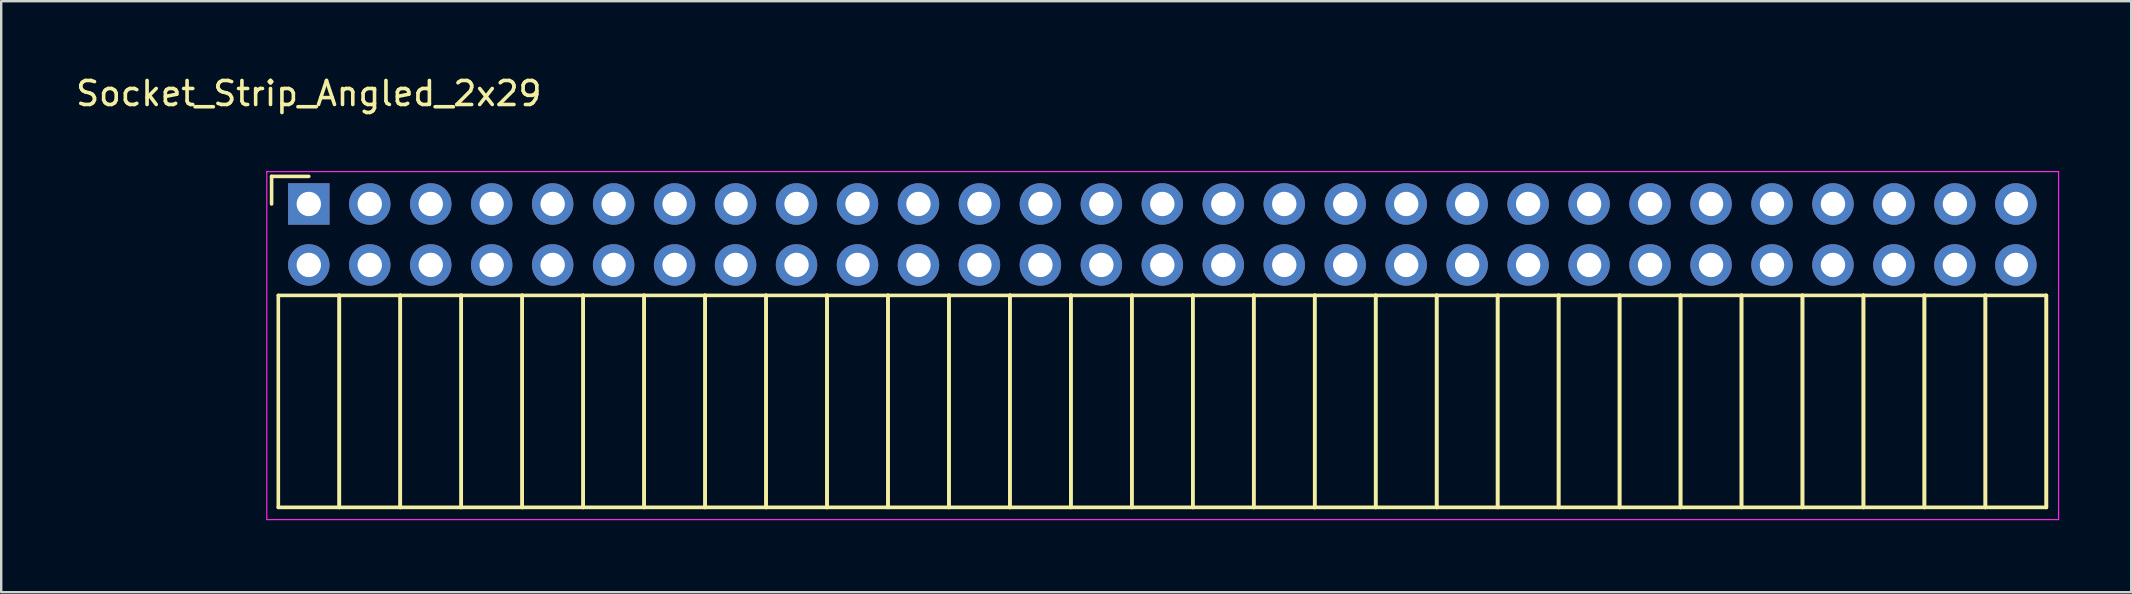
<source format=kicad_pcb>
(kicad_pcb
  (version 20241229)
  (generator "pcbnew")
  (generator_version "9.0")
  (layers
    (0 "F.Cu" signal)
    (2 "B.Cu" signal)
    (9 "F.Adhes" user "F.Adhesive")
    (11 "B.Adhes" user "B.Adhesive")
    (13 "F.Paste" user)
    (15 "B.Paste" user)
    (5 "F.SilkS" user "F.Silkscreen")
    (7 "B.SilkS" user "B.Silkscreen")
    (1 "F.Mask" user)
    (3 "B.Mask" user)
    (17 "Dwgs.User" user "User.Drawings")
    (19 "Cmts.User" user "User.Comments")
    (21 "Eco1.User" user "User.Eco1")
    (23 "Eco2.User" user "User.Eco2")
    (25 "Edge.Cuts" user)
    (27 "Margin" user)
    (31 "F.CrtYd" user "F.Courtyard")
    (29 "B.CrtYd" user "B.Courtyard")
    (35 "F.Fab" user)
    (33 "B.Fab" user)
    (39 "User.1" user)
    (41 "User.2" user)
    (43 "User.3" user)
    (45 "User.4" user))
  (footprint "Socket_Strip_Angled_2x29"
    (layer "F.Cu")
    (at 9.815 5.448)
    (property "Reference" "Socket_Strip_Angled_2x29" (at 0 -4.6 0) (layer "F.SilkS") (effects (font (size 1 1) (thickness 0.15))))
    (attr through_hole)
    (fp_line (start -1.55 -1.15) (end -1.55 0) (stroke (width 0.15) (type solid)) (layer "F.SilkS"))
    (fp_line (start -1.27 3.81) (end -1.27 12.64) (stroke (width 0.15) (type solid)) (layer "F.SilkS"))
    (fp_line (start -1.27 3.81) (end 1.27 3.81) (stroke (width 0.15) (type solid)) (layer "F.SilkS"))
    (fp_line (start -1.27 12.64) (end 1.27 12.64) (stroke (width 0.15) (type solid)) (layer "F.SilkS"))
    (fp_line (start 0 -1.15) (end -1.55 -1.15) (stroke (width 0.15) (type solid)) (layer "F.SilkS"))
    (fp_line (start 1.27 3.81) (end 1.27 12.64) (stroke (width 0.15) (type solid)) (layer "F.SilkS"))
    (fp_line (start 1.27 3.81) (end 3.81 3.81) (stroke (width 0.15) (type solid)) (layer "F.SilkS"))
    (fp_line (start 1.27 12.64) (end 1.27 3.81) (stroke (width 0.15) (type solid)) (layer "F.SilkS"))
    (fp_line (start 1.27 12.64) (end 3.81 12.64) (stroke (width 0.15) (type solid)) (layer "F.SilkS"))
    (fp_line (start 3.81 3.81) (end 3.81 12.64) (stroke (width 0.15) (type solid)) (layer "F.SilkS"))
    (fp_line (start 3.81 3.81) (end 6.35 3.81) (stroke (width 0.15) (type solid)) (layer "F.SilkS"))
    (fp_line (start 3.81 12.64) (end 3.81 3.81) (stroke (width 0.15) (type solid)) (layer "F.SilkS"))
    (fp_line (start 3.81 12.64) (end 6.35 12.64) (stroke (width 0.15) (type solid)) (layer "F.SilkS"))
    (fp_line (start 6.35 3.81) (end 6.35 12.64) (stroke (width 0.15) (type solid)) (layer "F.SilkS"))
    (fp_line (start 6.35 3.81) (end 8.89 3.81) (stroke (width 0.15) (type solid)) (layer "F.SilkS"))
    (fp_line (start 6.35 12.64) (end 6.35 3.81) (stroke (width 0.15) (type solid)) (layer "F.SilkS"))
    (fp_line (start 6.35 12.64) (end 8.89 12.64) (stroke (width 0.15) (type solid)) (layer "F.SilkS"))
    (fp_line (start 8.89 3.81) (end 8.89 12.64) (stroke (width 0.15) (type solid)) (layer "F.SilkS"))
    (fp_line (start 8.89 3.81) (end 11.43 3.81) (stroke (width 0.15) (type solid)) (layer "F.SilkS"))
    (fp_line (start 8.89 12.64) (end 8.89 3.81) (stroke (width 0.15) (type solid)) (layer "F.SilkS"))
    (fp_line (start 8.89 12.64) (end 11.43 12.64) (stroke (width 0.15) (type solid)) (layer "F.SilkS"))
    (fp_line (start 11.43 3.81) (end 11.43 12.64) (stroke (width 0.15) (type solid)) (layer "F.SilkS"))
    (fp_line (start 11.43 3.81) (end 13.97 3.81) (stroke (width 0.15) (type solid)) (layer "F.SilkS"))
    (fp_line (start 11.43 12.64) (end 11.43 3.81) (stroke (width 0.15) (type solid)) (layer "F.SilkS"))
    (fp_line (start 11.43 12.64) (end 13.97 12.64) (stroke (width 0.15) (type solid)) (layer "F.SilkS"))
    (fp_line (start 13.97 3.81) (end 13.97 12.64) (stroke (width 0.15) (type solid)) (layer "F.SilkS"))
    (fp_line (start 13.97 3.81) (end 16.51 3.81) (stroke (width 0.15) (type solid)) (layer "F.SilkS"))
    (fp_line (start 13.97 12.64) (end 13.97 3.81) (stroke (width 0.15) (type solid)) (layer "F.SilkS"))
    (fp_line (start 13.97 12.64) (end 16.51 12.64) (stroke (width 0.15) (type solid)) (layer "F.SilkS"))
    (fp_line (start 16.51 3.81) (end 16.51 12.64) (stroke (width 0.15) (type solid)) (layer "F.SilkS"))
    (fp_line (start 16.51 3.81) (end 19.05 3.81) (stroke (width 0.15) (type solid)) (layer "F.SilkS"))
    (fp_line (start 16.51 12.64) (end 16.51 3.81) (stroke (width 0.15) (type solid)) (layer "F.SilkS"))
    (fp_line (start 16.51 12.64) (end 19.05 12.64) (stroke (width 0.15) (type solid)) (layer "F.SilkS"))
    (fp_line (start 19.05 3.81) (end 19.05 12.64) (stroke (width 0.15) (type solid)) (layer "F.SilkS"))
    (fp_line (start 19.05 3.81) (end 21.59 3.81) (stroke (width 0.15) (type solid)) (layer "F.SilkS"))
    (fp_line (start 19.05 12.64) (end 19.05 3.81) (stroke (width 0.15) (type solid)) (layer "F.SilkS"))
    (fp_line (start 19.05 12.64) (end 21.59 12.64) (stroke (width 0.15) (type solid)) (layer "F.SilkS"))
    (fp_line (start 21.59 3.81) (end 21.59 12.64) (stroke (width 0.15) (type solid)) (layer "F.SilkS"))
    (fp_line (start 21.59 3.81) (end 24.13 3.81) (stroke (width 0.15) (type solid)) (layer "F.SilkS"))
    (fp_line (start 21.59 12.64) (end 21.59 3.81) (stroke (width 0.15) (type solid)) (layer "F.SilkS"))
    (fp_line (start 21.59 12.64) (end 24.13 12.64) (stroke (width 0.15) (type solid)) (layer "F.SilkS"))
    (fp_line (start 24.13 3.81) (end 24.13 12.64) (stroke (width 0.15) (type solid)) (layer "F.SilkS"))
    (fp_line (start 24.13 3.81) (end 26.67 3.81) (stroke (width 0.15) (type solid)) (layer "F.SilkS"))
    (fp_line (start 24.13 12.64) (end 24.13 3.81) (stroke (width 0.15) (type solid)) (layer "F.SilkS"))
    (fp_line (start 24.13 12.64) (end 26.67 12.64) (stroke (width 0.15) (type solid)) (layer "F.SilkS"))
    (fp_line (start 26.67 3.81) (end 26.67 12.64) (stroke (width 0.15) (type solid)) (layer "F.SilkS"))
    (fp_line (start 26.67 3.81) (end 29.21 3.81) (stroke (width 0.15) (type solid)) (layer "F.SilkS"))
    (fp_line (start 26.67 12.64) (end 26.67 3.81) (stroke (width 0.15) (type solid)) (layer "F.SilkS"))
    (fp_line (start 26.67 12.64) (end 29.21 12.64) (stroke (width 0.15) (type solid)) (layer "F.SilkS"))
    (fp_line (start 29.21 3.81) (end 29.21 12.64) (stroke (width 0.15) (type solid)) (layer "F.SilkS"))
    (fp_line (start 29.21 3.81) (end 31.75 3.81) (stroke (width 0.15) (type solid)) (layer "F.SilkS"))
    (fp_line (start 29.21 12.64) (end 29.21 3.81) (stroke (width 0.15) (type solid)) (layer "F.SilkS"))
    (fp_line (start 29.21 12.64) (end 31.75 12.64) (stroke (width 0.15) (type solid)) (layer "F.SilkS"))
    (fp_line (start 31.75 3.81) (end 31.75 12.64) (stroke (width 0.15) (type solid)) (layer "F.SilkS"))
    (fp_line (start 31.75 3.81) (end 34.29 3.81) (stroke (width 0.15) (type solid)) (layer "F.SilkS"))
    (fp_line (start 31.75 12.64) (end 31.75 3.81) (stroke (width 0.15) (type solid)) (layer "F.SilkS"))
    (fp_line (start 31.75 12.64) (end 34.29 12.64) (stroke (width 0.15) (type solid)) (layer "F.SilkS"))
    (fp_line (start 34.29 3.81) (end 34.29 12.64) (stroke (width 0.15) (type solid)) (layer "F.SilkS"))
    (fp_line (start 34.29 3.81) (end 36.83 3.81) (stroke (width 0.15) (type solid)) (layer "F.SilkS"))
    (fp_line (start 34.29 12.64) (end 34.29 3.81) (stroke (width 0.15) (type solid)) (layer "F.SilkS"))
    (fp_line (start 34.29 12.64) (end 36.83 12.64) (stroke (width 0.15) (type solid)) (layer "F.SilkS"))
    (fp_line (start 36.83 3.81) (end 36.83 12.64) (stroke (width 0.15) (type solid)) (layer "F.SilkS"))
    (fp_line (start 36.83 3.81) (end 39.37 3.81) (stroke (width 0.15) (type solid)) (layer "F.SilkS"))
    (fp_line (start 36.83 12.64) (end 36.83 3.81) (stroke (width 0.15) (type solid)) (layer "F.SilkS"))
    (fp_line (start 36.83 12.64) (end 39.37 12.64) (stroke (width 0.15) (type solid)) (layer "F.SilkS"))
    (fp_line (start 39.37 3.81) (end 39.37 12.64) (stroke (width 0.15) (type solid)) (layer "F.SilkS"))
    (fp_line (start 39.37 3.81) (end 41.91 3.81) (stroke (width 0.15) (type solid)) (layer "F.SilkS"))
    (fp_line (start 39.37 12.64) (end 39.37 3.81) (stroke (width 0.15) (type solid)) (layer "F.SilkS"))
    (fp_line (start 39.37 12.64) (end 41.91 12.64) (stroke (width 0.15) (type solid)) (layer "F.SilkS"))
    (fp_line (start 41.91 3.81) (end 41.91 12.64) (stroke (width 0.15) (type solid)) (layer "F.SilkS"))
    (fp_line (start 41.91 3.81) (end 44.45 3.81) (stroke (width 0.15) (type solid)) (layer "F.SilkS"))
    (fp_line (start 41.91 12.64) (end 41.91 3.81) (stroke (width 0.15) (type solid)) (layer "F.SilkS"))
    (fp_line (start 41.91 12.64) (end 44.45 12.64) (stroke (width 0.15) (type solid)) (layer "F.SilkS"))
    (fp_line (start 44.45 3.81) (end 44.45 12.64) (stroke (width 0.15) (type solid)) (layer "F.SilkS"))
    (fp_line (start 44.45 3.81) (end 46.99 3.81) (stroke (width 0.15) (type solid)) (layer "F.SilkS"))
    (fp_line (start 44.45 12.64) (end 44.45 3.81) (stroke (width 0.15) (type solid)) (layer "F.SilkS"))
    (fp_line (start 44.45 12.64) (end 46.99 12.64) (stroke (width 0.15) (type solid)) (layer "F.SilkS"))
    (fp_line (start 46.99 3.81) (end 46.99 12.64) (stroke (width 0.15) (type solid)) (layer "F.SilkS"))
    (fp_line (start 46.99 3.81) (end 49.53 3.81) (stroke (width 0.15) (type solid)) (layer "F.SilkS"))
    (fp_line (start 46.99 12.64) (end 46.99 3.81) (stroke (width 0.15) (type solid)) (layer "F.SilkS"))
    (fp_line (start 46.99 12.64) (end 49.53 12.64) (stroke (width 0.15) (type solid)) (layer "F.SilkS"))
    (fp_line (start 49.53 3.81) (end 49.53 12.64) (stroke (width 0.15) (type solid)) (layer "F.SilkS"))
    (fp_line (start 49.53 3.81) (end 52.07 3.81) (stroke (width 0.15) (type solid)) (layer "F.SilkS"))
    (fp_line (start 49.53 12.64) (end 49.53 3.81) (stroke (width 0.15) (type solid)) (layer "F.SilkS"))
    (fp_line (start 49.53 12.64) (end 52.07 12.64) (stroke (width 0.15) (type solid)) (layer "F.SilkS"))
    (fp_line (start 52.07 3.81) (end 52.07 12.64) (stroke (width 0.15) (type solid)) (layer "F.SilkS"))
    (fp_line (start 52.07 3.81) (end 54.61 3.81) (stroke (width 0.15) (type solid)) (layer "F.SilkS"))
    (fp_line (start 52.07 12.64) (end 52.07 3.81) (stroke (width 0.15) (type solid)) (layer "F.SilkS"))
    (fp_line (start 52.07 12.64) (end 54.61 12.64) (stroke (width 0.15) (type solid)) (layer "F.SilkS"))
    (fp_line (start 54.61 3.81) (end 54.61 12.64) (stroke (width 0.15) (type solid)) (layer "F.SilkS"))
    (fp_line (start 54.61 3.81) (end 57.15 3.81) (stroke (width 0.15) (type solid)) (layer "F.SilkS"))
    (fp_line (start 54.61 12.64) (end 54.61 3.81) (stroke (width 0.15) (type solid)) (layer "F.SilkS"))
    (fp_line (start 54.61 12.64) (end 57.15 12.64) (stroke (width 0.15) (type solid)) (layer "F.SilkS"))
    (fp_line (start 57.15 3.81) (end 57.15 12.64) (stroke (width 0.15) (type solid)) (layer "F.SilkS"))
    (fp_line (start 57.15 3.81) (end 59.69 3.81) (stroke (width 0.15) (type solid)) (layer "F.SilkS"))
    (fp_line (start 57.15 12.64) (end 57.15 3.81) (stroke (width 0.15) (type solid)) (layer "F.SilkS"))
    (fp_line (start 57.15 12.64) (end 59.69 12.64) (stroke (width 0.15) (type solid)) (layer "F.SilkS"))
    (fp_line (start 59.69 3.81) (end 59.69 12.64) (stroke (width 0.15) (type solid)) (layer "F.SilkS"))
    (fp_line (start 59.69 3.81) (end 62.23 3.81) (stroke (width 0.15) (type solid)) (layer "F.SilkS"))
    (fp_line (start 59.69 12.64) (end 59.69 3.81) (stroke (width 0.15) (type solid)) (layer "F.SilkS"))
    (fp_line (start 59.69 12.64) (end 62.23 12.64) (stroke (width 0.15) (type solid)) (layer "F.SilkS"))
    (fp_line (start 62.23 3.81) (end 62.23 12.64) (stroke (width 0.15) (type solid)) (layer "F.SilkS"))
    (fp_line (start 62.23 3.81) (end 64.77 3.81) (stroke (width 0.15) (type solid)) (layer "F.SilkS"))
    (fp_line (start 62.23 12.64) (end 62.23 3.81) (stroke (width 0.15) (type solid)) (layer "F.SilkS"))
    (fp_line (start 62.23 12.64) (end 64.77 12.64) (stroke (width 0.15) (type solid)) (layer "F.SilkS"))
    (fp_line (start 64.77 3.81) (end 64.77 12.64) (stroke (width 0.15) (type solid)) (layer "F.SilkS"))
    (fp_line (start 64.77 3.81) (end 67.31 3.81) (stroke (width 0.15) (type solid)) (layer "F.SilkS"))
    (fp_line (start 64.77 12.64) (end 64.77 3.81) (stroke (width 0.15) (type solid)) (layer "F.SilkS"))
    (fp_line (start 64.77 12.64) (end 67.31 12.64) (stroke (width 0.15) (type solid)) (layer "F.SilkS"))
    (fp_line (start 67.31 3.81) (end 67.31 12.64) (stroke (width 0.15) (type solid)) (layer "F.SilkS"))
    (fp_line (start 67.31 3.81) (end 69.85 3.81) (stroke (width 0.15) (type solid)) (layer "F.SilkS"))
    (fp_line (start 67.31 12.64) (end 67.31 3.81) (stroke (width 0.15) (type solid)) (layer "F.SilkS"))
    (fp_line (start 67.31 12.64) (end 69.85 12.64) (stroke (width 0.15) (type solid)) (layer "F.SilkS"))
    (fp_line (start 69.85 3.81) (end 69.85 12.64) (stroke (width 0.15) (type solid)) (layer "F.SilkS"))
    (fp_line (start 69.85 3.81) (end 72.39 3.81) (stroke (width 0.15) (type solid)) (layer "F.SilkS"))
    (fp_line (start 69.85 12.64) (end 69.85 3.81) (stroke (width 0.15) (type solid)) (layer "F.SilkS"))
    (fp_line (start 69.85 12.64) (end 72.39 12.64) (stroke (width 0.15) (type solid)) (layer "F.SilkS"))
    (fp_line (start 72.39 3.81) (end 72.39 12.64) (stroke (width 0.15) (type solid)) (layer "F.SilkS"))
    (fp_line (start 72.39 12.64) (end 72.39 3.81) (stroke (width 0.15) (type solid)) (layer "F.SilkS"))
    (fp_line (start -1.75 -1.35) (end -1.75 13.15) (stroke (width 0.05) (type solid)) (layer "F.CrtYd"))
    (fp_line (start -1.75 -1.35) (end 72.9 -1.35) (stroke (width 0.05) (type solid)) (layer "F.CrtYd"))
    (fp_line (start -1.75 13.15) (end 72.9 13.15) (stroke (width 0.05) (type solid)) (layer "F.CrtYd"))
    (fp_line (start 72.9 -1.35) (end 72.9 13.15) (stroke (width 0.05) (type solid)) (layer "F.CrtYd"))
    (pad "1" thru_hole rect (at 0 0) (size 1.727 1.727) (drill 1.016) (layers "*.Cu" "*.Mask"))
    (pad "2" thru_hole oval (at 0 2.54) (size 1.727 1.727) (drill 1.016) (layers "*.Cu" "*.Mask"))
    (pad "3" thru_hole oval (at 2.54 0) (size 1.727 1.727) (drill 1.016) (layers "*.Cu" "*.Mask"))
    (pad "4" thru_hole oval (at 2.54 2.54) (size 1.727 1.727) (drill 1.016) (layers "*.Cu" "*.Mask"))
    (pad "5" thru_hole oval (at 5.08 0) (size 1.727 1.727) (drill 1.016) (layers "*.Cu" "*.Mask"))
    (pad "6" thru_hole oval (at 5.08 2.54) (size 1.727 1.727) (drill 1.016) (layers "*.Cu" "*.Mask"))
    (pad "7" thru_hole oval (at 7.62 0) (size 1.727 1.727) (drill 1.016) (layers "*.Cu" "*.Mask"))
    (pad "8" thru_hole oval (at 7.62 2.54) (size 1.727 1.727) (drill 1.016) (layers "*.Cu" "*.Mask"))
    (pad "9" thru_hole oval (at 10.16 0) (size 1.727 1.727) (drill 1.016) (layers "*.Cu" "*.Mask"))
    (pad "10" thru_hole oval (at 10.16 2.54) (size 1.727 1.727) (drill 1.016) (layers "*.Cu" "*.Mask"))
    (pad "11" thru_hole oval (at 12.7 0) (size 1.727 1.727) (drill 1.016) (layers "*.Cu" "*.Mask"))
    (pad "12" thru_hole oval (at 12.7 2.54) (size 1.727 1.727) (drill 1.016) (layers "*.Cu" "*.Mask"))
    (pad "13" thru_hole oval (at 15.24 0) (size 1.727 1.727) (drill 1.016) (layers "*.Cu" "*.Mask"))
    (pad "14" thru_hole oval (at 15.24 2.54) (size 1.727 1.727) (drill 1.016) (layers "*.Cu" "*.Mask"))
    (pad "15" thru_hole oval (at 17.78 0) (size 1.727 1.727) (drill 1.016) (layers "*.Cu" "*.Mask"))
    (pad "16" thru_hole oval (at 17.78 2.54) (size 1.727 1.727) (drill 1.016) (layers "*.Cu" "*.Mask"))
    (pad "17" thru_hole oval (at 20.32 0) (size 1.727 1.727) (drill 1.016) (layers "*.Cu" "*.Mask"))
    (pad "18" thru_hole oval (at 20.32 2.54) (size 1.727 1.727) (drill 1.016) (layers "*.Cu" "*.Mask"))
    (pad "19" thru_hole oval (at 22.86 0) (size 1.727 1.727) (drill 1.016) (layers "*.Cu" "*.Mask"))
    (pad "20" thru_hole oval (at 22.86 2.54) (size 1.727 1.727) (drill 1.016) (layers "*.Cu" "*.Mask"))
    (pad "21" thru_hole oval (at 25.4 0) (size 1.727 1.727) (drill 1.016) (layers "*.Cu" "*.Mask"))
    (pad "22" thru_hole oval (at 25.4 2.54) (size 1.727 1.727) (drill 1.016) (layers "*.Cu" "*.Mask"))
    (pad "23" thru_hole oval (at 27.94 0) (size 1.727 1.727) (drill 1.016) (layers "*.Cu" "*.Mask"))
    (pad "24" thru_hole oval (at 27.94 2.54) (size 1.727 1.727) (drill 1.016) (layers "*.Cu" "*.Mask"))
    (pad "25" thru_hole oval (at 30.48 0) (size 1.727 1.727) (drill 1.016) (layers "*.Cu" "*.Mask"))
    (pad "26" thru_hole oval (at 30.48 2.54) (size 1.727 1.727) (drill 1.016) (layers "*.Cu" "*.Mask"))
    (pad "27" thru_hole oval (at 33.02 0) (size 1.727 1.727) (drill 1.016) (layers "*.Cu" "*.Mask"))
    (pad "28" thru_hole oval (at 33.02 2.54) (size 1.727 1.727) (drill 1.016) (layers "*.Cu" "*.Mask"))
    (pad "29" thru_hole oval (at 35.56 0) (size 1.727 1.727) (drill 1.016) (layers "*.Cu" "*.Mask"))
    (pad "30" thru_hole oval (at 35.56 2.54) (size 1.727 1.727) (drill 1.016) (layers "*.Cu" "*.Mask"))
    (pad "31" thru_hole oval (at 38.1 0) (size 1.727 1.727) (drill 1.016) (layers "*.Cu" "*.Mask"))
    (pad "32" thru_hole oval (at 38.1 2.54) (size 1.727 1.727) (drill 1.016) (layers "*.Cu" "*.Mask"))
    (pad "33" thru_hole oval (at 40.64 0) (size 1.727 1.727) (drill 1.016) (layers "*.Cu" "*.Mask"))
    (pad "34" thru_hole oval (at 40.64 2.54) (size 1.727 1.727) (drill 1.016) (layers "*.Cu" "*.Mask"))
    (pad "35" thru_hole oval (at 43.18 0) (size 1.727 1.727) (drill 1.016) (layers "*.Cu" "*.Mask"))
    (pad "36" thru_hole oval (at 43.18 2.54) (size 1.727 1.727) (drill 1.016) (layers "*.Cu" "*.Mask"))
    (pad "37" thru_hole oval (at 45.72 0) (size 1.727 1.727) (drill 1.016) (layers "*.Cu" "*.Mask"))
    (pad "38" thru_hole oval (at 45.72 2.54) (size 1.727 1.727) (drill 1.016) (layers "*.Cu" "*.Mask"))
    (pad "39" thru_hole oval (at 48.26 0) (size 1.727 1.727) (drill 1.016) (layers "*.Cu" "*.Mask"))
    (pad "40" thru_hole oval (at 48.26 2.54) (size 1.727 1.727) (drill 1.016) (layers "*.Cu" "*.Mask"))
    (pad "41" thru_hole oval (at 50.8 0) (size 1.727 1.727) (drill 1.016) (layers "*.Cu" "*.Mask"))
    (pad "42" thru_hole oval (at 50.8 2.54) (size 1.727 1.727) (drill 1.016) (layers "*.Cu" "*.Mask"))
    (pad "43" thru_hole oval (at 53.34 0) (size 1.727 1.727) (drill 1.016) (layers "*.Cu" "*.Mask"))
    (pad "44" thru_hole oval (at 53.34 2.54) (size 1.727 1.727) (drill 1.016) (layers "*.Cu" "*.Mask"))
    (pad "45" thru_hole oval (at 55.88 0) (size 1.727 1.727) (drill 1.016) (layers "*.Cu" "*.Mask"))
    (pad "46" thru_hole oval (at 55.88 2.54) (size 1.727 1.727) (drill 1.016) (layers "*.Cu" "*.Mask"))
    (pad "47" thru_hole oval (at 58.42 0) (size 1.727 1.727) (drill 1.016) (layers "*.Cu" "*.Mask"))
    (pad "48" thru_hole oval (at 58.42 2.54) (size 1.727 1.727) (drill 1.016) (layers "*.Cu" "*.Mask"))
    (pad "49" thru_hole oval (at 60.96 0) (size 1.727 1.727) (drill 1.016) (layers "*.Cu" "*.Mask"))
    (pad "50" thru_hole oval (at 60.96 2.54) (size 1.727 1.727) (drill 1.016) (layers "*.Cu" "*.Mask"))
    (pad "51" thru_hole oval (at 63.5 0) (size 1.727 1.727) (drill 1.016) (layers "*.Cu" "*.Mask"))
    (pad "52" thru_hole oval (at 63.5 2.54) (size 1.727 1.727) (drill 1.016) (layers "*.Cu" "*.Mask"))
    (pad "53" thru_hole oval (at 66.04 0) (size 1.727 1.727) (drill 1.016) (layers "*.Cu" "*.Mask"))
    (pad "54" thru_hole oval (at 66.04 2.54) (size 1.727 1.727) (drill 1.016) (layers "*.Cu" "*.Mask"))
    (pad "55" thru_hole oval (at 68.58 0) (size 1.727 1.727) (drill 1.016) (layers "*.Cu" "*.Mask"))
    (pad "56" thru_hole oval (at 68.58 2.54) (size 1.727 1.727) (drill 1.016) (layers "*.Cu" "*.Mask"))
    (pad "57" thru_hole oval (at 71.12 0) (size 1.727 1.727) (drill 1.016) (layers "*.Cu" "*.Mask"))
    (pad "58" thru_hole oval (at 71.12 2.54) (size 1.727 1.727) (drill 1.016) (layers "*.Cu" "*.Mask")))
  (gr_rect
    (start -3 -3)
    (end 85.74 21.623)
    (stroke (width 0.1) (type default))
    (fill no)
    (layer "Edge.Cuts")))
</source>
